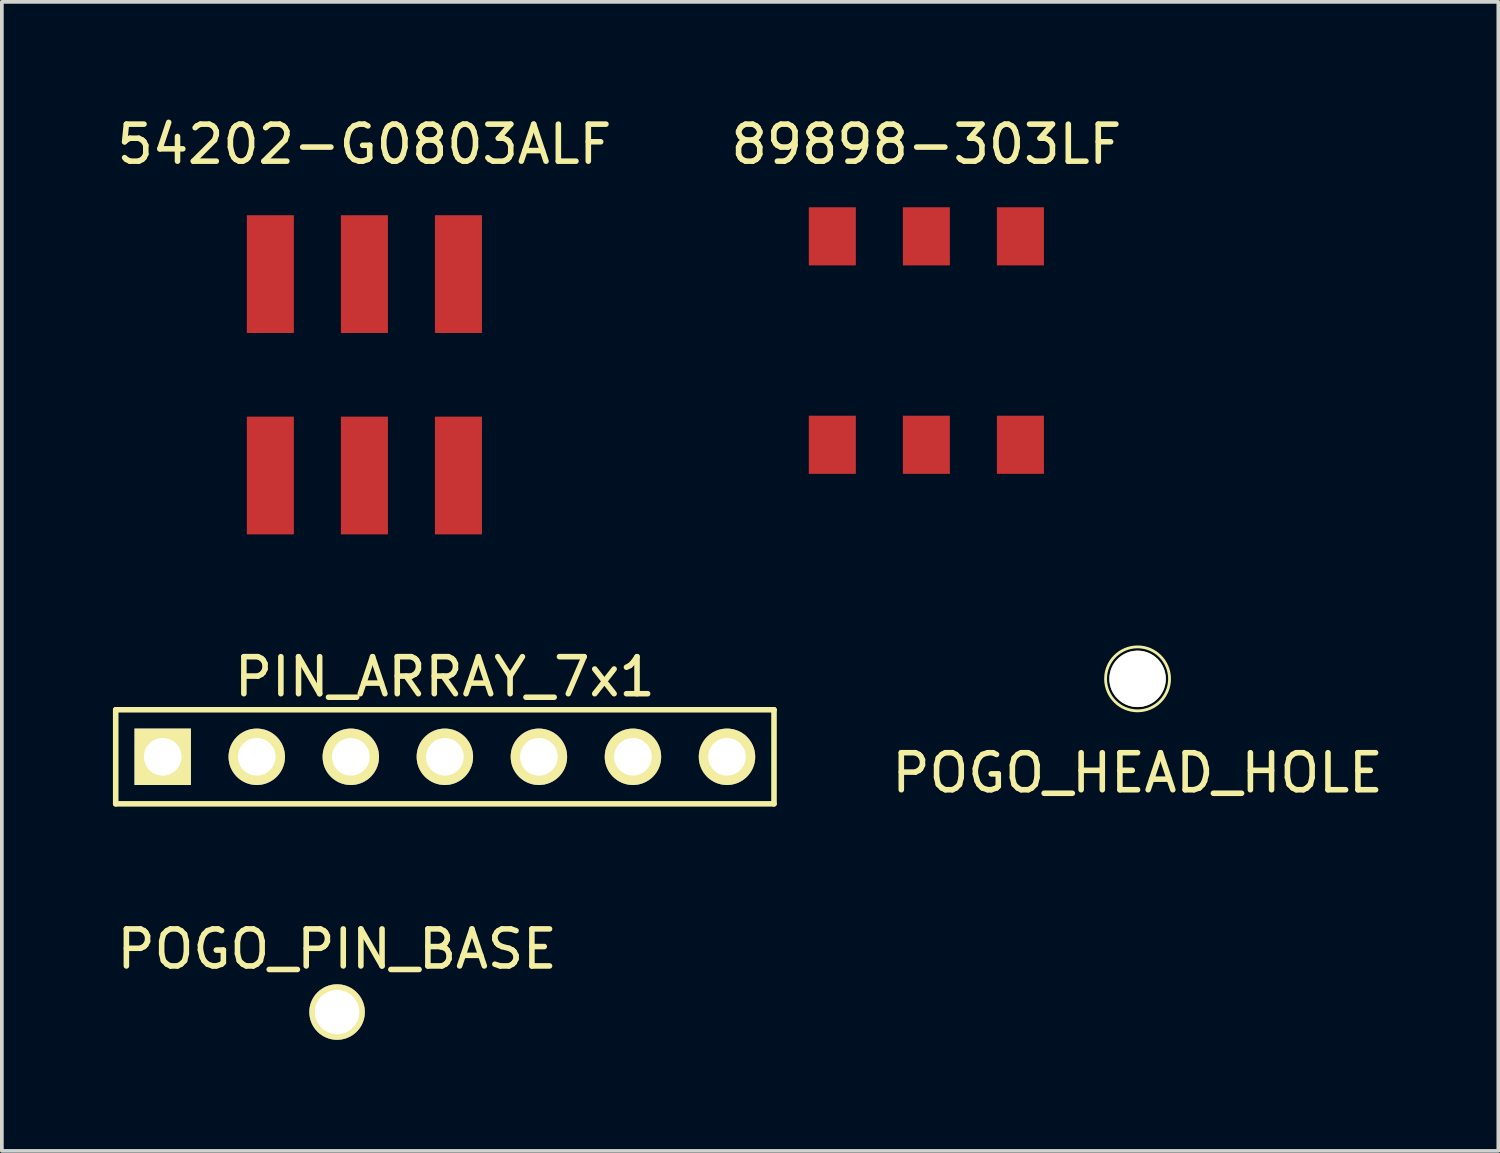
<source format=kicad_pcb>
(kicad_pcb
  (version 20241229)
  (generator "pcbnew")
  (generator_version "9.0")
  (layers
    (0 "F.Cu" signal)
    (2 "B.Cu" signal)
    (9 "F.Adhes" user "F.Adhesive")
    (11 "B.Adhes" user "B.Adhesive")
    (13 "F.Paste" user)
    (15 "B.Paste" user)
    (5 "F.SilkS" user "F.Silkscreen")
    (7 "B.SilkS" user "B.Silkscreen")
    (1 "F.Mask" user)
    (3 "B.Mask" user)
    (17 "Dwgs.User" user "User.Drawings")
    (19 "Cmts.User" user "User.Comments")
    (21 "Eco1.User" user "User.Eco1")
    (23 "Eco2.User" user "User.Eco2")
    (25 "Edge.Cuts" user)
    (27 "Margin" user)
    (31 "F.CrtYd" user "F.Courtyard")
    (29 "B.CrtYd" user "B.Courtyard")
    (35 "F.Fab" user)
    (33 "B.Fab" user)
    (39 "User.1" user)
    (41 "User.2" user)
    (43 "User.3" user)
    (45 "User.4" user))
  (footprint "PIN_ARRAY_7x1"
    (layer "F.Cu")
    (at 8.965 17.39)
    (property "Reference" "PIN_ARRAY_7x1" (at 0 -2.159 0) (layer "F.SilkS") (effects (font (size 1 1) (thickness 0.15))))
    (attr through_hole)
    (fp_line (start -8.89 -1.27) (end 8.89 -1.27) (stroke (width 0.15) (type solid)) (layer "F.SilkS"))
    (fp_line (start -8.89 1.27) (end -8.89 -1.27) (stroke (width 0.15) (type solid)) (layer "F.SilkS"))
    (fp_line (start 8.89 -1.27) (end 8.89 1.27) (stroke (width 0.15) (type solid)) (layer "F.SilkS"))
    (fp_line (start 8.89 1.27) (end -8.89 1.27) (stroke (width 0.15) (type solid)) (layer "F.SilkS"))
    (pad "1" thru_hole rect (at -7.62 0) (size 1.524 1.524) (drill 1.016) (layers "*.Cu" "*.Mask" "F.SilkS"))
    (pad "2" thru_hole circle (at -5.08 0) (size 1.524 1.524) (drill 1.016) (layers "*.Cu" "*.Mask" "F.SilkS"))
    (pad "3" thru_hole circle (at -2.54 0) (size 1.524 1.524) (drill 1.016) (layers "*.Cu" "*.Mask" "F.SilkS"))
    (pad "4" thru_hole circle (at 0 0) (size 1.524 1.524) (drill 1.016) (layers "*.Cu" "*.Mask" "F.SilkS"))
    (pad "5" thru_hole circle (at 2.54 0) (size 1.524 1.524) (drill 1.016) (layers "*.Cu" "*.Mask" "F.SilkS"))
    (pad "6" thru_hole circle (at 5.08 0) (size 1.524 1.524) (drill 1.016) (layers "*.Cu" "*.Mask" "F.SilkS"))
    (pad "7" thru_hole circle (at 7.62 0) (size 1.524 1.524) (drill 1.016) (layers "*.Cu" "*.Mask" "F.SilkS")))
  (footprint "POGO_HEAD_HOLE"
    (layer "F.Cu")
    (at 27.674 15.285)
    (property "Reference" "POGO_HEAD_HOLE" (at 0 2.54 0) (layer "F.SilkS") (effects (font (size 1 1) (thickness 0.15))))
    (attr through_hole)
    (fp_circle (center 0 0) (end -0.864 0) (stroke (width 0.076) (type solid)) (fill no) (layer "F.SilkS"))
    (pad "" np_thru_hole circle (at 0 0) (size 1.524 1.524) (drill 1.511) (layers "*.Cu" "*.Mask" "F.SilkS")))
  (footprint "54202-G0803ALF"
    (layer "F.Cu")
    (at 6.792 7.073)
    (property "Reference" "54202-G0803ALF" (at 0 -6.225 0) (layer "F.SilkS") (effects (font (size 1 1) (thickness 0.15))))
    (attr through_hole)
    (pad "1" smd rect (at -2.54 2.72) (size 1.27 3.18) (layers "F.Cu" "F.Mask" "F.Paste"))
    (pad "2" smd rect (at -2.54 -2.72) (size 1.27 3.18) (layers "F.Cu" "F.Mask" "F.Paste"))
    (pad "3" smd rect (at 0 2.72) (size 1.27 3.18) (layers "F.Cu" "F.Mask" "F.Paste"))
    (pad "4" smd rect (at 0 -2.72) (size 1.27 3.18) (layers "F.Cu" "F.Mask" "F.Paste"))
    (pad "5" smd rect (at 2.54 2.72) (size 1.27 3.18) (layers "F.Cu" "F.Mask" "F.Paste"))
    (pad "6" smd rect (at 2.54 -2.72) (size 1.27 3.18) (layers "F.Cu" "F.Mask" "F.Paste")))
  (footprint "POGO_PIN_BASE"
    (layer "F.Cu")
    (at 6.054 24.284)
    (property "Reference" "POGO_PIN_BASE" (at 0 -1.7 0) (layer "F.SilkS") (effects (font (size 1 1) (thickness 0.15))))
    (attr through_hole)
    (pad "1" thru_hole circle (at 0 0) (size 1.5 1.5) (drill 1.2) (layers "*.Cu" "*.Mask" "F.SilkS")))
  (footprint "89898-303LF"
    (layer "F.Cu")
    (at 21.97 6.148)
    (property "Reference" "89898-303LF" (at 0 -5.3 0) (layer "F.SilkS") (effects (font (size 1 1) (thickness 0.15))))
    (attr through_hole)
    (pad "1" smd rect (at -2.54 2.815) (size 1.27 1.57) (layers "F.Cu" "F.Mask" "F.Paste"))
    (pad "2" smd rect (at -2.54 -2.815) (size 1.27 1.57) (layers "F.Cu" "F.Mask" "F.Paste"))
    (pad "3" smd rect (at 0 2.815) (size 1.27 1.57) (layers "F.Cu" "F.Mask" "F.Paste"))
    (pad "4" smd rect (at 0 -2.815) (size 1.27 1.57) (layers "F.Cu" "F.Mask" "F.Paste"))
    (pad "5" smd rect (at 2.54 2.815) (size 1.27 1.57) (layers "F.Cu" "F.Mask" "F.Paste"))
    (pad "6" smd rect (at 2.54 -2.815) (size 1.27 1.57) (layers "F.Cu" "F.Mask" "F.Paste")))
  (gr_rect
    (start -3 -3)
    (end 37.418 28.034)
    (stroke (width 0.1) (type default))
    (fill no)
    (layer "Edge.Cuts")))
</source>
